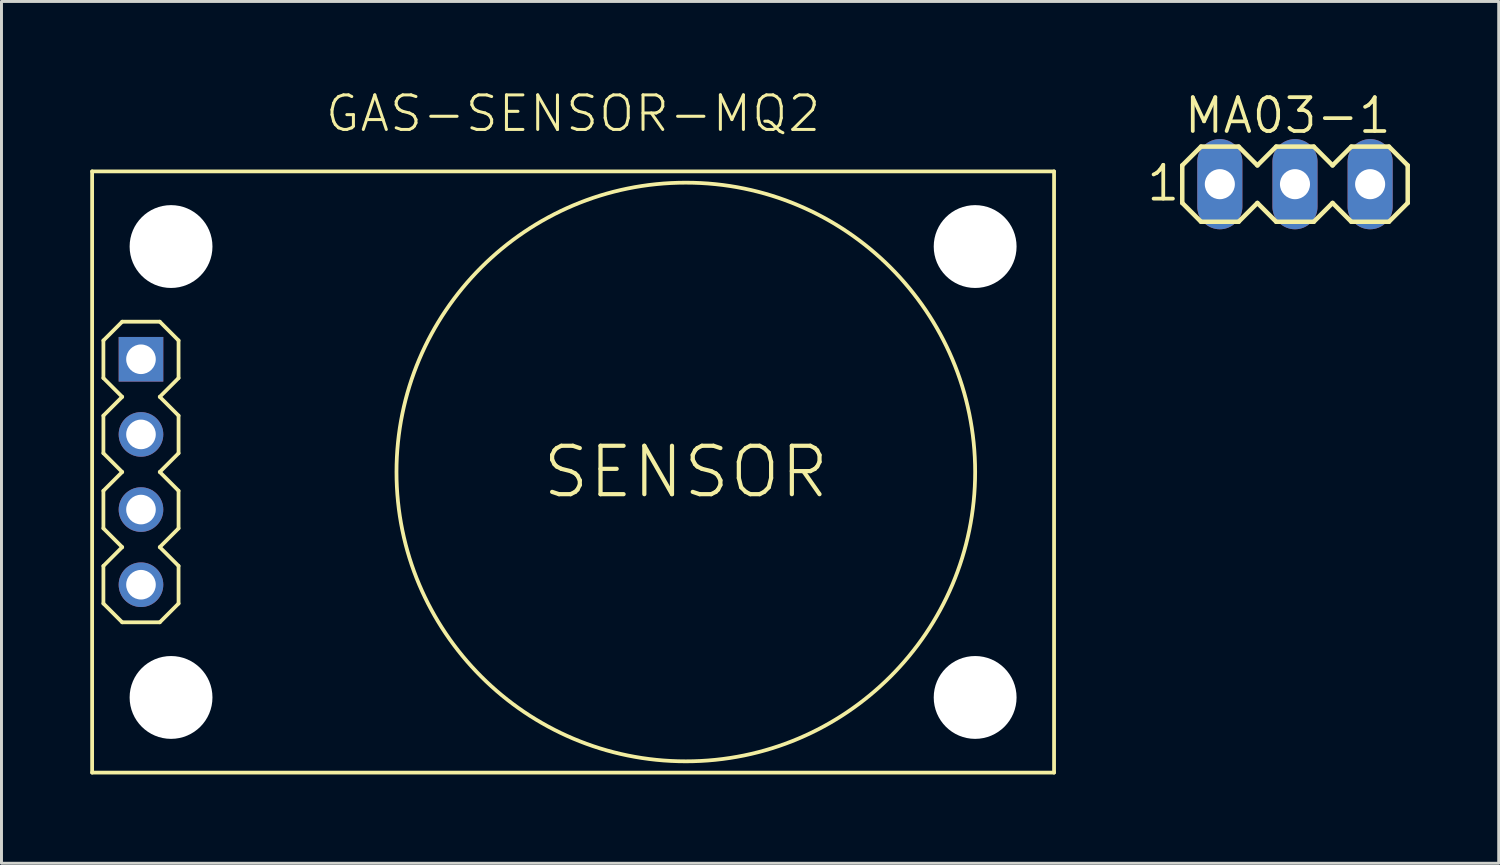
<source format=kicad_pcb>
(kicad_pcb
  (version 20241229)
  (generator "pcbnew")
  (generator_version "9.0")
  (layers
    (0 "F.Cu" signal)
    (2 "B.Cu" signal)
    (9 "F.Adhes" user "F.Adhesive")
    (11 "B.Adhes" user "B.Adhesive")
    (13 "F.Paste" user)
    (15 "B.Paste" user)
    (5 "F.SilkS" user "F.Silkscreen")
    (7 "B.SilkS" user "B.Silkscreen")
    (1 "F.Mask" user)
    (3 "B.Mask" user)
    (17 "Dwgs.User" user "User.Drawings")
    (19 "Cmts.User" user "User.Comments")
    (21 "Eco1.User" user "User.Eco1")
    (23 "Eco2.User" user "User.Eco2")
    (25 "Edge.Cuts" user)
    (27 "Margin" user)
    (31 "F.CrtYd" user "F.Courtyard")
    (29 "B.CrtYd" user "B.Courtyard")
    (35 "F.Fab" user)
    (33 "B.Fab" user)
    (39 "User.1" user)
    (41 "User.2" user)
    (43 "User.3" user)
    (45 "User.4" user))
  (footprint "MA03-1"
    (layer "F.Cu")
    (at 40.719 3.175)
    (property "Reference" "MA03-1" (at -3.81 -1.651 0) (layer "F.SilkS") (effects (font (size 1.143 1.143) (thickness 0.127)) (justify left bottom)))
    (fp_line (start -3.81 -0.635) (end -3.81 0.635) (stroke (width 0.152) (type solid)) (layer "F.SilkS"))
    (fp_line (start -3.81 0.635) (end -3.175 1.27) (stroke (width 0.152) (type solid)) (layer "F.SilkS"))
    (fp_line (start -3.175 -1.27) (end -3.81 -0.635) (stroke (width 0.152) (type solid)) (layer "F.SilkS"))
    (fp_line (start -3.175 -1.27) (end -1.905 -1.27) (stroke (width 0.152) (type solid)) (layer "F.SilkS"))
    (fp_line (start -1.905 -1.27) (end -1.27 -0.635) (stroke (width 0.152) (type solid)) (layer "F.SilkS"))
    (fp_line (start -1.905 1.27) (end -3.175 1.27) (stroke (width 0.152) (type solid)) (layer "F.SilkS"))
    (fp_line (start -1.27 -0.635) (end -0.635 -1.27) (stroke (width 0.152) (type solid)) (layer "F.SilkS"))
    (fp_line (start -1.27 0.635) (end -1.905 1.27) (stroke (width 0.152) (type solid)) (layer "F.SilkS"))
    (fp_line (start -0.635 -1.27) (end 0.635 -1.27) (stroke (width 0.152) (type solid)) (layer "F.SilkS"))
    (fp_line (start -0.635 1.27) (end -1.27 0.635) (stroke (width 0.152) (type solid)) (layer "F.SilkS"))
    (fp_line (start 0.635 -1.27) (end 1.27 -0.635) (stroke (width 0.152) (type solid)) (layer "F.SilkS"))
    (fp_line (start 0.635 1.27) (end -0.635 1.27) (stroke (width 0.152) (type solid)) (layer "F.SilkS"))
    (fp_line (start 1.27 -0.635) (end 1.905 -1.27) (stroke (width 0.152) (type solid)) (layer "F.SilkS"))
    (fp_line (start 1.27 0.635) (end 0.635 1.27) (stroke (width 0.152) (type solid)) (layer "F.SilkS"))
    (fp_line (start 1.905 -1.27) (end 3.175 -1.27) (stroke (width 0.152) (type solid)) (layer "F.SilkS"))
    (fp_line (start 1.905 1.27) (end 1.27 0.635) (stroke (width 0.152) (type solid)) (layer "F.SilkS"))
    (fp_line (start 3.175 -1.27) (end 3.81 -0.635) (stroke (width 0.152) (type solid)) (layer "F.SilkS"))
    (fp_line (start 3.175 1.27) (end 1.905 1.27) (stroke (width 0.152) (type solid)) (layer "F.SilkS"))
    (fp_line (start 3.81 -0.635) (end 3.81 0.635) (stroke (width 0.152) (type solid)) (layer "F.SilkS"))
    (fp_line (start 3.81 0.635) (end 3.175 1.27) (stroke (width 0.152) (type solid)) (layer "F.SilkS"))
    (fp_poly (pts (xy -2.794 0.254) (xy -2.286 0.254) (xy -2.286 -0.254) (xy -2.794 -0.254)) (stroke (width 0.1) (type default)) (fill no) (layer "F.Fab"))
    (fp_poly (pts (xy -0.254 0.254) (xy 0.254 0.254) (xy 0.254 -0.254) (xy -0.254 -0.254)) (stroke (width 0.1) (type default)) (fill no) (layer "F.Fab"))
    (fp_poly (pts (xy 2.286 0.254) (xy 2.794 0.254) (xy 2.794 -0.254) (xy 2.286 -0.254)) (stroke (width 0.1) (type default)) (fill no) (layer "F.Fab"))
    (fp_text user "1" (at -5.08 0.635 0) (layer "F.SilkS") (effects (font (size 1.143 1.143) (thickness 0.127)) (justify left bottom)))
    (pad "1" thru_hole oval (at -2.54 0 90) (size 3.048 1.524) (drill 1.016) (layers "*.Cu" "*.Mask"))
    (pad "2" thru_hole oval (at 0 0 90) (size 3.048 1.524) (drill 1.016) (layers "*.Cu" "*.Mask"))
    (pad "3" thru_hole oval (at 2.54 0 90) (size 3.048 1.524) (drill 1.016) (layers "*.Cu" "*.Mask")))
  (footprint "GAS-SENSOR-MQ2"
    (layer "F.Cu")
    (at 16.32 12.903)
    (property "Reference" "GAS-SENSOR-MQ2" (at 0 -11.43 0) (layer "F.SilkS") (effects (font (size 1.168 1.168) (thickness 0.102)) (justify bottom)))
    (fp_line (start -16.256 -10.16) (end 16.256 -10.16) (stroke (width 0.127) (type solid)) (layer "F.SilkS"))
    (fp_line (start -16.256 10.16) (end -16.256 -10.16) (stroke (width 0.127) (type solid)) (layer "F.SilkS"))
    (fp_line (start -15.875 -4.445) (end -15.24 -5.08) (stroke (width 0.127) (type solid)) (layer "F.SilkS"))
    (fp_line (start -15.875 -3.175) (end -15.875 -4.445) (stroke (width 0.127) (type solid)) (layer "F.SilkS"))
    (fp_line (start -15.875 -1.905) (end -15.24 -2.54) (stroke (width 0.127) (type solid)) (layer "F.SilkS"))
    (fp_line (start -15.875 -0.635) (end -15.875 -1.905) (stroke (width 0.127) (type solid)) (layer "F.SilkS"))
    (fp_line (start -15.875 0.635) (end -15.24 0) (stroke (width 0.127) (type solid)) (layer "F.SilkS"))
    (fp_line (start -15.875 1.905) (end -15.875 0.635) (stroke (width 0.127) (type solid)) (layer "F.SilkS"))
    (fp_line (start -15.875 3.175) (end -15.875 4.445) (stroke (width 0.127) (type solid)) (layer "F.SilkS"))
    (fp_line (start -15.875 4.445) (end -15.24 5.08) (stroke (width 0.127) (type solid)) (layer "F.SilkS"))
    (fp_line (start -15.24 -5.08) (end -13.97 -5.08) (stroke (width 0.127) (type solid)) (layer "F.SilkS"))
    (fp_line (start -15.24 -2.54) (end -15.875 -3.175) (stroke (width 0.127) (type solid)) (layer "F.SilkS"))
    (fp_line (start -15.24 0) (end -15.875 -0.635) (stroke (width 0.127) (type solid)) (layer "F.SilkS"))
    (fp_line (start -15.24 2.54) (end -15.875 1.905) (stroke (width 0.127) (type solid)) (layer "F.SilkS"))
    (fp_line (start -15.24 2.54) (end -15.875 3.175) (stroke (width 0.127) (type solid)) (layer "F.SilkS"))
    (fp_line (start -15.24 5.08) (end -13.97 5.08) (stroke (width 0.127) (type solid)) (layer "F.SilkS"))
    (fp_line (start -13.97 -5.08) (end -13.335 -4.445) (stroke (width 0.127) (type solid)) (layer "F.SilkS"))
    (fp_line (start -13.97 -2.54) (end -13.335 -1.905) (stroke (width 0.127) (type solid)) (layer "F.SilkS"))
    (fp_line (start -13.97 0) (end -13.335 0.635) (stroke (width 0.127) (type solid)) (layer "F.SilkS"))
    (fp_line (start -13.97 5.08) (end -13.335 4.445) (stroke (width 0.127) (type solid)) (layer "F.SilkS"))
    (fp_line (start -13.335 -4.445) (end -13.335 -3.175) (stroke (width 0.127) (type solid)) (layer "F.SilkS"))
    (fp_line (start -13.335 -3.175) (end -13.97 -2.54) (stroke (width 0.127) (type solid)) (layer "F.SilkS"))
    (fp_line (start -13.335 -1.905) (end -13.335 -0.635) (stroke (width 0.127) (type solid)) (layer "F.SilkS"))
    (fp_line (start -13.335 -0.635) (end -13.97 0) (stroke (width 0.127) (type solid)) (layer "F.SilkS"))
    (fp_line (start -13.335 0.635) (end -13.335 1.905) (stroke (width 0.127) (type solid)) (layer "F.SilkS"))
    (fp_line (start -13.335 1.905) (end -13.97 2.54) (stroke (width 0.127) (type solid)) (layer "F.SilkS"))
    (fp_line (start -13.335 3.175) (end -13.97 2.54) (stroke (width 0.127) (type solid)) (layer "F.SilkS"))
    (fp_line (start -13.335 4.445) (end -13.335 3.175) (stroke (width 0.127) (type solid)) (layer "F.SilkS"))
    (fp_line (start 16.256 -10.16) (end 16.256 10.16) (stroke (width 0.127) (type solid)) (layer "F.SilkS"))
    (fp_line (start 16.256 10.16) (end -16.256 10.16) (stroke (width 0.127) (type solid)) (layer "F.SilkS"))
    (fp_circle (center 3.81 0) (end 13.589 0) (stroke (width 0.127) (type solid)) (fill no) (layer "F.SilkS"))
    (fp_text user "SENSOR" (at 3.81 0 0) (layer "F.SilkS") (effects (font (size 1.636 1.636) (thickness 0.142))))
    (pad "" np_thru_hole circle (at -13.589 -7.62) (size 2.8 2.8) (drill 2.8) (layers "*.Cu" "*.Mask"))
    (pad "" np_thru_hole circle (at -13.589 7.62) (size 2.8 2.8) (drill 2.8) (layers "*.Cu" "*.Mask"))
    (pad "" np_thru_hole circle (at 13.589 -7.62) (size 2.8 2.8) (drill 2.8) (layers "*.Cu" "*.Mask"))
    (pad "" np_thru_hole circle (at 13.589 7.62) (size 2.8 2.8) (drill 2.8) (layers "*.Cu" "*.Mask"))
    (pad "1" thru_hole rect (at -14.605 -3.81) (size 1.508 1.508) (drill 1) (layers "*.Cu" "*.Mask"))
    (pad "2" thru_hole circle (at -14.605 -1.27) (size 1.508 1.508) (drill 1) (layers "*.Cu" "*.Mask"))
    (pad "3" thru_hole circle (at -14.605 1.27) (size 1.508 1.508) (drill 1) (layers "*.Cu" "*.Mask"))
    (pad "4" thru_hole circle (at -14.605 3.81) (size 1.508 1.508) (drill 1) (layers "*.Cu" "*.Mask")))
  (gr_rect
    (start -3 -3)
    (end 47.605 26.127)
    (stroke (width 0.1) (type default))
    (fill no)
    (layer "Edge.Cuts")))
</source>
